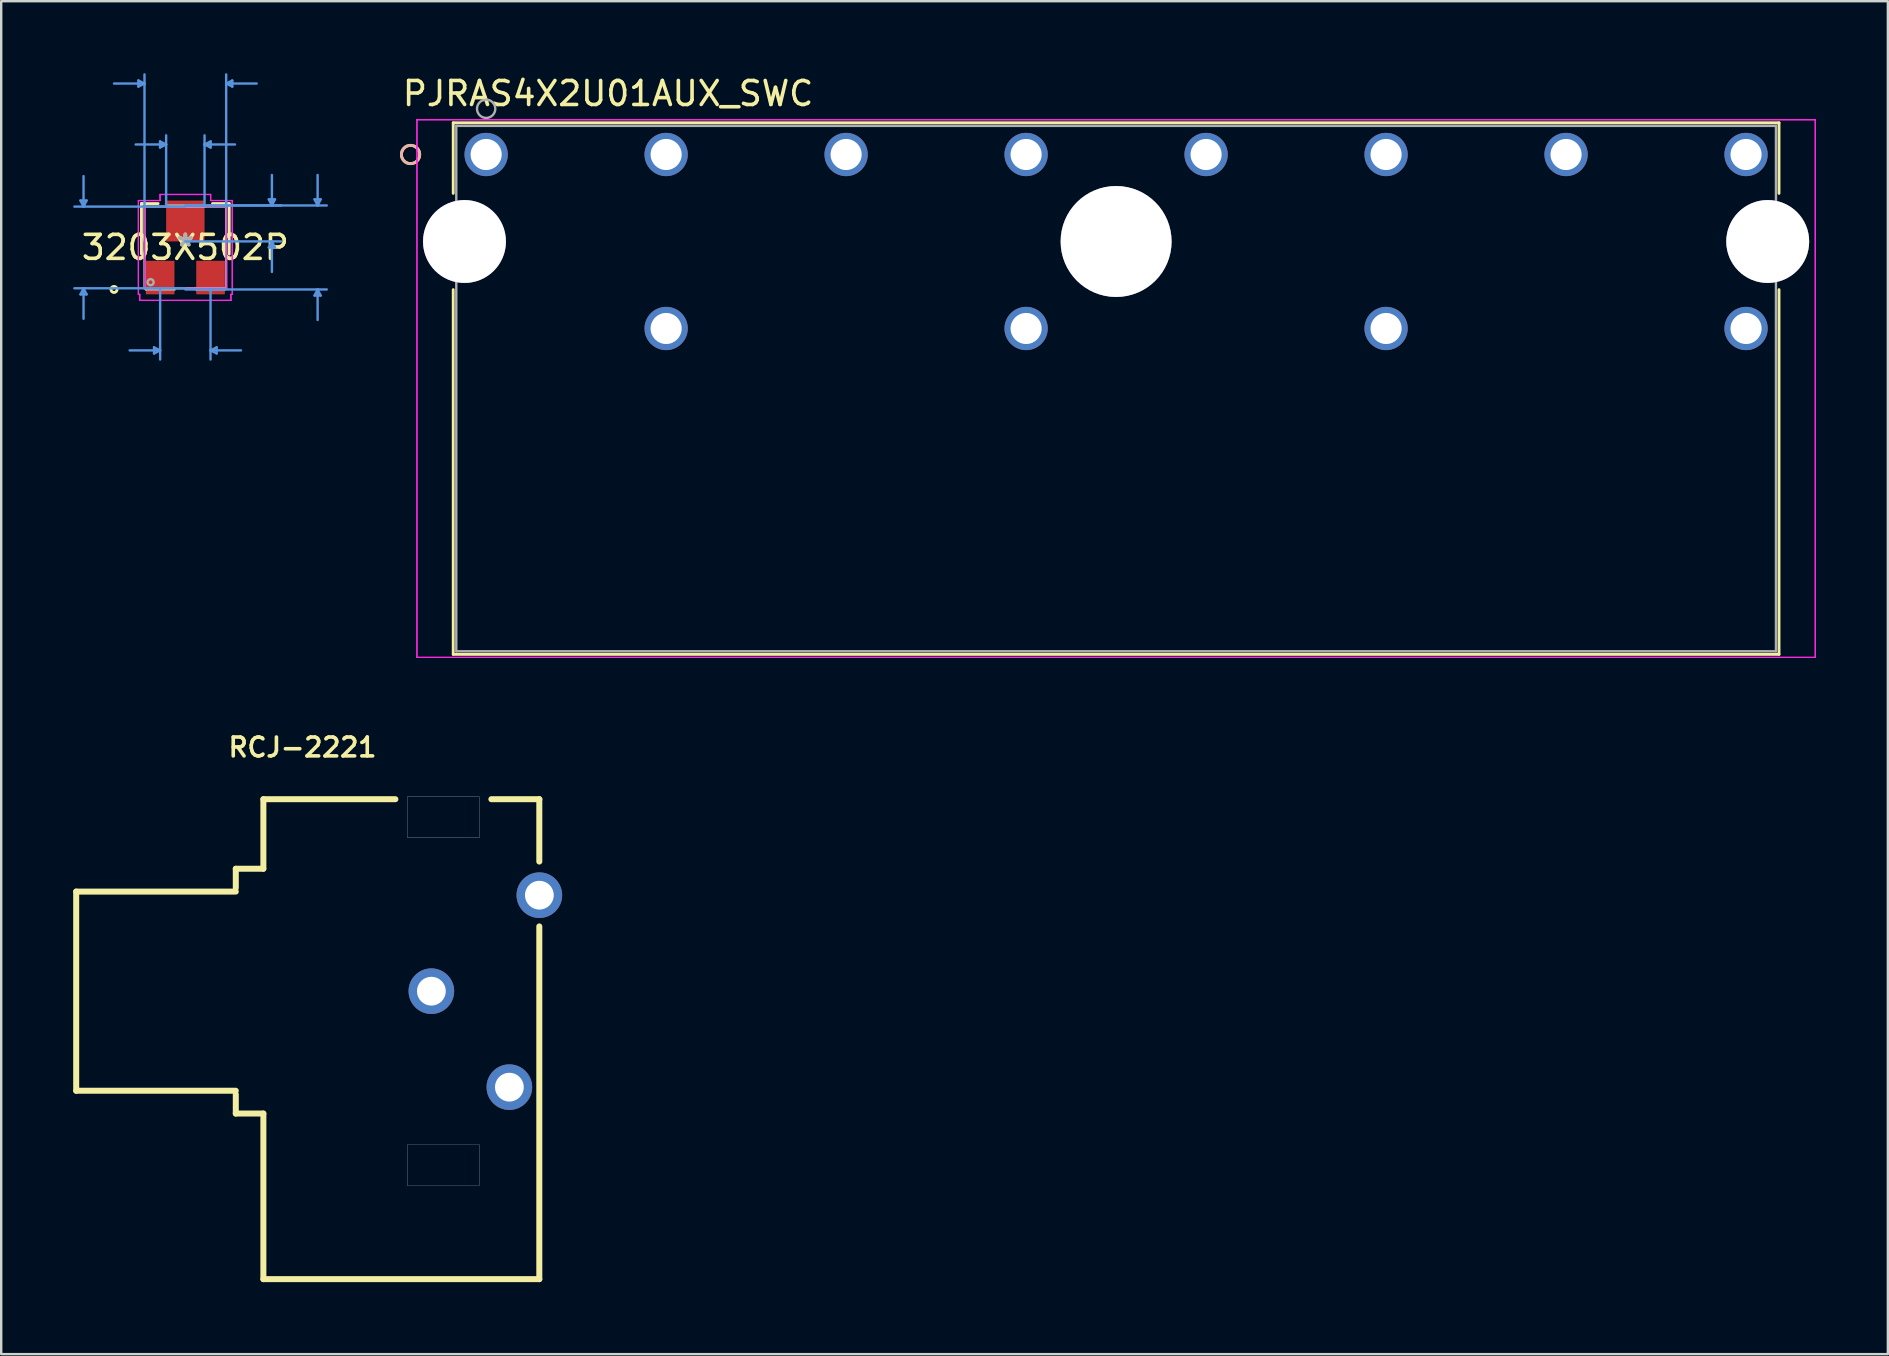
<source format=kicad_pcb>
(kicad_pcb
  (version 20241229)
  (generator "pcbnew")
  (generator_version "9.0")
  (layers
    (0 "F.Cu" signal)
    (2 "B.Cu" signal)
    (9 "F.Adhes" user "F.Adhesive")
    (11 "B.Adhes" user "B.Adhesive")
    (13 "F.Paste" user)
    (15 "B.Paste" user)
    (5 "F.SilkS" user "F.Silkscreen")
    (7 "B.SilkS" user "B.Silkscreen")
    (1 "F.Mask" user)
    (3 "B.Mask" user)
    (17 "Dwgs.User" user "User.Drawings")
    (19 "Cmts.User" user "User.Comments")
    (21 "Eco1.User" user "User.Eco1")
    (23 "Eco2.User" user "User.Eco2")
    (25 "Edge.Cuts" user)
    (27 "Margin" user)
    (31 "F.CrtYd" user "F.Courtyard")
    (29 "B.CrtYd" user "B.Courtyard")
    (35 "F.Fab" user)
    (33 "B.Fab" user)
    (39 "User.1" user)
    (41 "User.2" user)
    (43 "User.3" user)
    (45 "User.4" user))
  (footprint "3203X502P"
    (layer "F.Cu")
    (at 4.673 7.261)
    (property "Reference" "3203X502P" (at 0 0 0) (layer "F.SilkS") (effects (font (size 1 1) (thickness 0.15))))
    (attr through_hole)
    (fp_line (start -1.829 -1.829) (end -1.829 0.278) (stroke (width 0.12) (type solid)) (layer "F.SilkS"))
    (fp_line (start -1.133 -1.829) (end -1.829 -1.829) (stroke (width 0.12) (type solid)) (layer "F.SilkS"))
    (fp_line (start 1.829 -1.829) (end 1.133 -1.829) (stroke (width 0.12) (type solid)) (layer "F.SilkS"))
    (fp_line (start 1.829 0.278) (end 1.829 -1.829) (stroke (width 0.12) (type solid)) (layer "F.SilkS"))
    (fp_circle (center -2.972 1.75) (end -2.845 1.75) (stroke (width 0.12) (type solid)) (fill no) (layer "F.SilkS"))
    (fp_line (start -4.369 -1.956) (end -4.115 -1.956) (stroke (width 0.1) (type solid)) (layer "Cmts.User"))
    (fp_line (start -4.369 1.956) (end -4.115 1.956) (stroke (width 0.1) (type solid)) (layer "Cmts.User"))
    (fp_line (start -4.242 -1.702) (end -4.369 -1.956) (stroke (width 0.1) (type solid)) (layer "Cmts.User"))
    (fp_line (start -4.242 -1.702) (end -4.242 -2.972) (stroke (width 0.1) (type solid)) (layer "Cmts.User"))
    (fp_line (start -4.242 -1.702) (end -4.115 -1.956) (stroke (width 0.1) (type solid)) (layer "Cmts.User"))
    (fp_line (start -4.242 1.702) (end -4.369 1.956) (stroke (width 0.1) (type solid)) (layer "Cmts.User"))
    (fp_line (start -4.242 1.702) (end -4.242 2.972) (stroke (width 0.1) (type solid)) (layer "Cmts.User"))
    (fp_line (start -4.242 1.702) (end -4.115 1.956) (stroke (width 0.1) (type solid)) (layer "Cmts.User"))
    (fp_line (start -1.956 -6.957) (end -1.956 -6.703) (stroke (width 0.1) (type solid)) (layer "Cmts.User"))
    (fp_line (start -1.702 -6.83) (end -2.972 -6.83) (stroke (width 0.1) (type solid)) (layer "Cmts.User"))
    (fp_line (start -1.702 -6.83) (end -1.956 -6.957) (stroke (width 0.1) (type solid)) (layer "Cmts.User"))
    (fp_line (start -1.702 -6.83) (end -1.956 -6.703) (stroke (width 0.1) (type solid)) (layer "Cmts.User"))
    (fp_line (start -1.702 -1.702) (end -1.702 -7.211) (stroke (width 0.1) (type solid)) (layer "Cmts.User"))
    (fp_line (start -1.304 4.163) (end -1.304 4.417) (stroke (width 0.1) (type solid)) (layer "Cmts.User"))
    (fp_line (start -1.054 -4.417) (end -1.054 -4.163) (stroke (width 0.1) (type solid)) (layer "Cmts.User"))
    (fp_line (start -1.05 1.75) (end -1.05 4.671) (stroke (width 0.1) (type solid)) (layer "Cmts.User"))
    (fp_line (start -1.05 4.29) (end -2.32 4.29) (stroke (width 0.1) (type solid)) (layer "Cmts.User"))
    (fp_line (start -1.05 4.29) (end -1.304 4.163) (stroke (width 0.1) (type solid)) (layer "Cmts.User"))
    (fp_line (start -1.05 4.29) (end -1.304 4.417) (stroke (width 0.1) (type solid)) (layer "Cmts.User"))
    (fp_line (start -0.8 -4.29) (end -2.07 -4.29) (stroke (width 0.1) (type solid)) (layer "Cmts.User"))
    (fp_line (start -0.8 -4.29) (end -1.054 -4.417) (stroke (width 0.1) (type solid)) (layer "Cmts.User"))
    (fp_line (start -0.8 -4.29) (end -1.054 -4.163) (stroke (width 0.1) (type solid)) (layer "Cmts.User"))
    (fp_line (start -0.8 -1.75) (end -0.8 -4.671) (stroke (width 0.1) (type solid)) (layer "Cmts.User"))
    (fp_line (start 0 -1.75) (end 3.988 -1.75) (stroke (width 0.1) (type solid)) (layer "Cmts.User"))
    (fp_line (start 0 -1.75) (end 5.893 -1.75) (stroke (width 0.1) (type solid)) (layer "Cmts.User"))
    (fp_line (start 0 -1.702) (end -4.623 -1.702) (stroke (width 0.1) (type solid)) (layer "Cmts.User"))
    (fp_line (start 0 -0.251) (end 3.988 -0.251) (stroke (width 0.1) (type solid)) (layer "Cmts.User"))
    (fp_line (start 0 1.702) (end -4.623 1.702) (stroke (width 0.1) (type solid)) (layer "Cmts.User"))
    (fp_line (start 0 1.75) (end 5.893 1.75) (stroke (width 0.1) (type solid)) (layer "Cmts.User"))
    (fp_line (start 0.8 -4.29) (end 1.054 -4.417) (stroke (width 0.1) (type solid)) (layer "Cmts.User"))
    (fp_line (start 0.8 -4.29) (end 1.054 -4.163) (stroke (width 0.1) (type solid)) (layer "Cmts.User"))
    (fp_line (start 0.8 -4.29) (end 2.07 -4.29) (stroke (width 0.1) (type solid)) (layer "Cmts.User"))
    (fp_line (start 0.8 -1.75) (end 0.8 -4.671) (stroke (width 0.1) (type solid)) (layer "Cmts.User"))
    (fp_line (start 1.05 1.75) (end 1.05 4.671) (stroke (width 0.1) (type solid)) (layer "Cmts.User"))
    (fp_line (start 1.05 4.29) (end 1.304 4.163) (stroke (width 0.1) (type solid)) (layer "Cmts.User"))
    (fp_line (start 1.05 4.29) (end 1.304 4.417) (stroke (width 0.1) (type solid)) (layer "Cmts.User"))
    (fp_line (start 1.05 4.29) (end 2.32 4.29) (stroke (width 0.1) (type solid)) (layer "Cmts.User"))
    (fp_line (start 1.054 -4.417) (end 1.054 -4.163) (stroke (width 0.1) (type solid)) (layer "Cmts.User"))
    (fp_line (start 1.304 4.163) (end 1.304 4.417) (stroke (width 0.1) (type solid)) (layer "Cmts.User"))
    (fp_line (start 1.702 -6.83) (end 1.956 -6.957) (stroke (width 0.1) (type solid)) (layer "Cmts.User"))
    (fp_line (start 1.702 -6.83) (end 1.956 -6.703) (stroke (width 0.1) (type solid)) (layer "Cmts.User"))
    (fp_line (start 1.702 -6.83) (end 2.972 -6.83) (stroke (width 0.1) (type solid)) (layer "Cmts.User"))
    (fp_line (start 1.702 -1.702) (end 1.702 -7.211) (stroke (width 0.1) (type solid)) (layer "Cmts.User"))
    (fp_line (start 1.956 -6.957) (end 1.956 -6.703) (stroke (width 0.1) (type solid)) (layer "Cmts.User"))
    (fp_line (start 3.48 -2.004) (end 3.734 -2.004) (stroke (width 0.1) (type solid)) (layer "Cmts.User"))
    (fp_line (start 3.48 0.003) (end 3.734 0.003) (stroke (width 0.1) (type solid)) (layer "Cmts.User"))
    (fp_line (start 3.607 -1.75) (end 3.48 -2.004) (stroke (width 0.1) (type solid)) (layer "Cmts.User"))
    (fp_line (start 3.607 -1.75) (end 3.607 -3.02) (stroke (width 0.1) (type solid)) (layer "Cmts.User"))
    (fp_line (start 3.607 -1.75) (end 3.734 -2.004) (stroke (width 0.1) (type solid)) (layer "Cmts.User"))
    (fp_line (start 3.607 -0.251) (end 3.48 0.003) (stroke (width 0.1) (type solid)) (layer "Cmts.User"))
    (fp_line (start 3.607 -0.251) (end 3.607 1.019) (stroke (width 0.1) (type solid)) (layer "Cmts.User"))
    (fp_line (start 3.607 -0.251) (end 3.734 0.003) (stroke (width 0.1) (type solid)) (layer "Cmts.User"))
    (fp_line (start 5.385 -2.004) (end 5.639 -2.004) (stroke (width 0.1) (type solid)) (layer "Cmts.User"))
    (fp_line (start 5.385 2.004) (end 5.639 2.004) (stroke (width 0.1) (type solid)) (layer "Cmts.User"))
    (fp_line (start 5.512 -1.75) (end 5.385 -2.004) (stroke (width 0.1) (type solid)) (layer "Cmts.User"))
    (fp_line (start 5.512 -1.75) (end 5.512 -3.02) (stroke (width 0.1) (type solid)) (layer "Cmts.User"))
    (fp_line (start 5.512 -1.75) (end 5.639 -2.004) (stroke (width 0.1) (type solid)) (layer "Cmts.User"))
    (fp_line (start 5.512 1.75) (end 5.385 2.004) (stroke (width 0.1) (type solid)) (layer "Cmts.User"))
    (fp_line (start 5.512 1.75) (end 5.512 3.02) (stroke (width 0.1) (type solid)) (layer "Cmts.User"))
    (fp_line (start 5.512 1.75) (end 5.639 2.004) (stroke (width 0.1) (type solid)) (layer "Cmts.User"))
    (fp_line (start -1.956 -1.956) (end -1.054 -1.956) (stroke (width 0.05) (type solid)) (layer "F.CrtYd"))
    (fp_line (start -1.956 -1.956) (end -1.054 -1.956) (stroke (width 0.05) (type solid)) (layer "F.CrtYd"))
    (fp_line (start -1.956 1.956) (end -1.956 -1.956) (stroke (width 0.05) (type solid)) (layer "F.CrtYd"))
    (fp_line (start -1.956 1.956) (end -1.956 -1.956) (stroke (width 0.05) (type solid)) (layer "F.CrtYd"))
    (fp_line (start -1.956 1.956) (end -1.901 1.956) (stroke (width 0.05) (type solid)) (layer "F.CrtYd"))
    (fp_line (start -1.901 1.956) (end -1.956 1.956) (stroke (width 0.05) (type solid)) (layer "F.CrtYd"))
    (fp_line (start -1.901 1.956) (end -1.901 2.207) (stroke (width 0.05) (type solid)) (layer "F.CrtYd"))
    (fp_line (start -1.901 2.207) (end -1.901 1.956) (stroke (width 0.05) (type solid)) (layer "F.CrtYd"))
    (fp_line (start -1.901 2.207) (end 1.901 2.207) (stroke (width 0.05) (type solid)) (layer "F.CrtYd"))
    (fp_line (start -1.702 -1.702) (end 1.702 -1.702) (stroke (width 0.05) (type solid)) (layer "F.CrtYd"))
    (fp_line (start -1.702 1.702) (end -1.702 -1.702) (stroke (width 0.05) (type solid)) (layer "F.CrtYd"))
    (fp_line (start -1.054 -2.207) (end 1.054 -2.207) (stroke (width 0.05) (type solid)) (layer "F.CrtYd"))
    (fp_line (start -1.054 -2.207) (end 1.054 -2.207) (stroke (width 0.05) (type solid)) (layer "F.CrtYd"))
    (fp_line (start -1.054 -1.956) (end -1.054 -2.207) (stroke (width 0.05) (type solid)) (layer "F.CrtYd"))
    (fp_line (start -1.054 -1.956) (end -1.054 -2.207) (stroke (width 0.05) (type solid)) (layer "F.CrtYd"))
    (fp_line (start 1.054 -2.207) (end 1.054 -1.956) (stroke (width 0.05) (type solid)) (layer "F.CrtYd"))
    (fp_line (start 1.054 -1.956) (end 1.054 -2.207) (stroke (width 0.05) (type solid)) (layer "F.CrtYd"))
    (fp_line (start 1.054 -1.956) (end 1.956 -1.956) (stroke (width 0.05) (type solid)) (layer "F.CrtYd"))
    (fp_line (start 1.702 -1.702) (end 1.702 1.702) (stroke (width 0.05) (type solid)) (layer "F.CrtYd"))
    (fp_line (start 1.702 1.702) (end -1.702 1.702) (stroke (width 0.05) (type solid)) (layer "F.CrtYd"))
    (fp_line (start 1.901 1.956) (end 1.901 2.207) (stroke (width 0.05) (type solid)) (layer "F.CrtYd"))
    (fp_line (start 1.901 1.956) (end 1.901 2.207) (stroke (width 0.05) (type solid)) (layer "F.CrtYd"))
    (fp_line (start 1.901 2.207) (end -1.901 2.207) (stroke (width 0.05) (type solid)) (layer "F.CrtYd"))
    (fp_line (start 1.956 -1.956) (end 1.054 -1.956) (stroke (width 0.05) (type solid)) (layer "F.CrtYd"))
    (fp_line (start 1.956 -1.956) (end 1.956 1.956) (stroke (width 0.05) (type solid)) (layer "F.CrtYd"))
    (fp_line (start 1.956 -1.956) (end 1.956 1.956) (stroke (width 0.05) (type solid)) (layer "F.CrtYd"))
    (fp_line (start 1.956 1.956) (end 1.901 1.956) (stroke (width 0.05) (type solid)) (layer "F.CrtYd"))
    (fp_line (start 1.956 1.956) (end 1.901 1.956) (stroke (width 0.05) (type solid)) (layer "F.CrtYd"))
    (fp_line (start -1.702 -1.702) (end -1.702 1.702) (stroke (width 0.1) (type solid)) (layer "F.Fab"))
    (fp_line (start -1.702 1.702) (end 1.702 1.702) (stroke (width 0.1) (type solid)) (layer "F.Fab"))
    (fp_line (start -1.647 1.702) (end -1.647 1.75) (stroke (width 0.1) (type solid)) (layer "F.Fab"))
    (fp_line (start -1.647 1.75) (end -0.453 1.75) (stroke (width 0.1) (type solid)) (layer "F.Fab"))
    (fp_line (start -0.8 -1.75) (end -0.8 -1.702) (stroke (width 0.1) (type solid)) (layer "F.Fab"))
    (fp_line (start -0.8 -1.702) (end 0.8 -1.702) (stroke (width 0.1) (type solid)) (layer "F.Fab"))
    (fp_line (start -0.453 1.702) (end -1.647 1.702) (stroke (width 0.1) (type solid)) (layer "F.Fab"))
    (fp_line (start -0.453 1.75) (end -0.453 1.702) (stroke (width 0.1) (type solid)) (layer "F.Fab"))
    (fp_line (start 0.453 1.702) (end 0.453 1.75) (stroke (width 0.1) (type solid)) (layer "F.Fab"))
    (fp_line (start 0.453 1.75) (end 1.647 1.75) (stroke (width 0.1) (type solid)) (layer "F.Fab"))
    (fp_line (start 0.8 -1.75) (end -0.8 -1.75) (stroke (width 0.1) (type solid)) (layer "F.Fab"))
    (fp_line (start 0.8 -1.702) (end 0.8 -1.75) (stroke (width 0.1) (type solid)) (layer "F.Fab"))
    (fp_line (start 1.647 1.702) (end 0.453 1.702) (stroke (width 0.1) (type solid)) (layer "F.Fab"))
    (fp_line (start 1.647 1.75) (end 1.647 1.702) (stroke (width 0.1) (type solid)) (layer "F.Fab"))
    (fp_line (start 1.702 -1.702) (end -1.702 -1.702) (stroke (width 0.1) (type solid)) (layer "F.Fab"))
    (fp_line (start 1.702 1.702) (end 1.702 -1.702) (stroke (width 0.1) (type solid)) (layer "F.Fab"))
    (fp_circle (center -1.448 1.448) (end -1.321 1.448) (stroke (width 0.1) (type solid)) (fill no) (layer "F.Fab"))
    (fp_text user "*" (at 0 0 0) (layer "F.SilkS") (effects (font (size 1 1) (thickness 0.15))))
    (fp_text user "Copyright 2021 Accelerated Designs. All rights reserved." (at 0 0 0) (layer "Cmts.User") (effects (font (size 0.127 0.127) (thickness 0.002))))
    (fp_text user "*" (at 0 0 0) (layer "F.Fab") (effects (font (size 1 1) (thickness 0.15))))
    (pad "1" smd rect (at -1.05 1.255) (size 1.194 1.397) (layers "F.Cu" "F.Mask" "F.Paste"))
    (pad "2" smd rect (at 1.05 1.255) (size 1.194 1.397) (layers "F.Cu" "F.Mask" "F.Paste"))
    (pad "3" smd rect (at 0 -1.102) (size 1.6 1.702) (layers "F.Cu" "F.Mask" "F.Paste")))
  (footprint "RCJ-2221"
    (layer "F.Cu")
    (at 17.175 38.252)
    (property "Reference" "RCJ-2221" (at -7.62 -10.16 0) (layer "F.SilkS") (effects (font (size 0.787 0.787) (thickness 0.15))))
    (attr through_hole)
    (fp_line (start -17.05 -4.15) (end -17.05 4.149) (stroke (width 0.25) (type solid)) (layer "F.SilkS"))
    (fp_line (start -17.05 4.149) (end -10.4 4.149) (stroke (width 0.25) (type solid)) (layer "F.SilkS"))
    (fp_line (start -10.4 -5.101) (end -10.4 -4.301) (stroke (width 0.25) (type solid)) (layer "F.SilkS"))
    (fp_line (start -10.4 -4.15) (end -17.05 -4.15) (stroke (width 0.25) (type solid)) (layer "F.SilkS"))
    (fp_line (start -10.4 5.1) (end -10.4 4.3) (stroke (width 0.25) (type solid)) (layer "F.SilkS"))
    (fp_line (start -9.252 -5.101) (end -10.4 -5.101) (stroke (width 0.25) (type solid)) (layer "F.SilkS"))
    (fp_line (start -9.252 5.1) (end -10.4 5.1) (stroke (width 0.25) (type solid)) (layer "F.SilkS"))
    (fp_line (start -9.25 -7.999) (end -9.25 -5.101) (stroke (width 0.25) (type solid)) (layer "F.SilkS"))
    (fp_line (start -9.25 12) (end -9.25 5.1) (stroke (width 0.25) (type solid)) (layer "F.SilkS"))
    (fp_line (start -3.75 -7.999) (end -9.25 -7.999) (stroke (width 0.25) (type solid)) (layer "F.SilkS"))
    (fp_line (start 0.25 -7.999) (end 2.25 -7.999) (stroke (width 0.25) (type solid)) (layer "F.SilkS"))
    (fp_line (start 2.248 -7.999) (end 2.248 -5.401) (stroke (width 0.25) (type solid)) (layer "F.SilkS"))
    (fp_line (start 2.248 -2.699) (end 2.248 12) (stroke (width 0.25) (type solid)) (layer "F.SilkS"))
    (fp_line (start 2.248 12) (end -9.25 12) (stroke (width 0.25) (type solid)) (layer "F.SilkS"))
    (fp_line (start -3.25 -8.1) (end -0.251 -8.1) (stroke (width 0.01) (type solid)) (layer "Edge.Cuts"))
    (fp_line (start -3.25 -6.4) (end -3.25 -8.1) (stroke (width 0.01) (type solid)) (layer "Edge.Cuts"))
    (fp_line (start -3.25 6.4) (end -3.25 8.101) (stroke (width 0.01) (type solid)) (layer "Edge.Cuts"))
    (fp_line (start -3.25 8.101) (end -0.251 8.101) (stroke (width 0.01) (type solid)) (layer "Edge.Cuts"))
    (fp_line (start -0.251 -8.1) (end -0.251 -6.4) (stroke (width 0.01) (type solid)) (layer "Edge.Cuts"))
    (fp_line (start -0.251 -6.4) (end -3.25 -6.4) (stroke (width 0.01) (type solid)) (layer "Edge.Cuts"))
    (fp_line (start -0.251 6.4) (end -3.25 6.4) (stroke (width 0.01) (type solid)) (layer "Edge.Cuts"))
    (fp_line (start -0.251 8.101) (end -0.251 6.4) (stroke (width 0.01) (type solid)) (layer "Edge.Cuts"))
    (pad "1" thru_hole circle (at -2.25 0) (size 1.9 1.9) (drill 1.2) (layers "*.Cu" "*.Mask"))
    (pad "2" thru_hole circle (at 1 4) (size 1.9 1.9) (drill 1.2) (layers "*.Cu" "*.Mask"))
    (pad "3" thru_hole circle (at 2.25 -4) (size 1.9 1.9) (drill 1.2) (layers "*.Cu" "*.Mask")))
  (footprint "PJRAS4X2U01AUX_SWC"
    (layer "F.Cu")
    (at 17.208 3.388)
    (property "Reference" "PJRAS4X2U01AUX_SWC" (at 5.08 -2.54 0) (layer "F.SilkS") (effects (font (size 1 1) (thickness 0.15))))
    (attr through_hole)
    (fp_line (start -1.372 -1.321) (end -1.372 1.62) (stroke (width 0.12) (type solid)) (layer "F.SilkS"))
    (fp_line (start -1.372 5.631) (end -1.372 20.828) (stroke (width 0.12) (type solid)) (layer "F.SilkS"))
    (fp_line (start -1.372 20.828) (end 53.873 20.828) (stroke (width 0.12) (type solid)) (layer "F.SilkS"))
    (fp_line (start 53.873 -1.321) (end -1.372 -1.321) (stroke (width 0.12) (type solid)) (layer "F.SilkS"))
    (fp_line (start 53.873 1.62) (end 53.873 -1.321) (stroke (width 0.12) (type solid)) (layer "F.SilkS"))
    (fp_line (start 53.873 20.828) (end 53.873 5.631) (stroke (width 0.12) (type solid)) (layer "F.SilkS"))
    (fp_circle (center -3.15 0) (end -2.769 0) (stroke (width 0.12) (type solid)) (fill no) (layer "F.SilkS"))
    (fp_circle (center -3.15 0) (end -2.769 0) (stroke (width 0.12) (type solid)) (fill no) (layer "B.SilkS"))
    (fp_line (start -2.884 -1.448) (end -2.884 20.955) (stroke (width 0.05) (type solid)) (layer "F.CrtYd"))
    (fp_line (start -2.884 -1.448) (end -2.884 20.955) (stroke (width 0.05) (type solid)) (layer "F.CrtYd"))
    (fp_line (start -2.884 20.955) (end 55.384 20.955) (stroke (width 0.05) (type solid)) (layer "F.CrtYd"))
    (fp_line (start -2.884 20.955) (end 55.384 20.955) (stroke (width 0.05) (type solid)) (layer "F.CrtYd"))
    (fp_line (start 55.384 -1.448) (end -2.884 -1.448) (stroke (width 0.05) (type solid)) (layer "F.CrtYd"))
    (fp_line (start 55.384 -1.448) (end -2.884 -1.448) (stroke (width 0.05) (type solid)) (layer "F.CrtYd"))
    (fp_line (start 55.384 20.955) (end 55.384 -1.448) (stroke (width 0.05) (type solid)) (layer "F.CrtYd"))
    (fp_line (start 55.384 20.955) (end 55.384 -1.448) (stroke (width 0.05) (type solid)) (layer "F.CrtYd"))
    (fp_line (start -1.245 -1.194) (end -1.245 20.701) (stroke (width 0.1) (type solid)) (layer "F.Fab"))
    (fp_line (start -1.245 20.701) (end 53.746 20.701) (stroke (width 0.1) (type solid)) (layer "F.Fab"))
    (fp_line (start 53.746 -1.194) (end -1.245 -1.194) (stroke (width 0.1) (type solid)) (layer "F.Fab"))
    (fp_line (start 53.746 20.701) (end 53.746 -1.194) (stroke (width 0.1) (type solid)) (layer "F.Fab"))
    (fp_circle (center 0 -1.905) (end 0.381 -1.905) (stroke (width 0.1) (type solid)) (fill no) (layer "F.Fab"))
    (fp_text user "*" (at 0 0 0) (layer "F.SilkS") (effects (font (size 1 1) (thickness 0.15))))
    (fp_text user "*" (at 0 0 0) (layer "F.Fab") (effects (font (size 1 1) (thickness 0.15))))
    (pad "1" thru_hole circle (at 0.000009 0) (size 1.803 1.803) (drill 1.295) (layers "*.Cu" "*.Mask"))
    (pad "2" thru_hole circle (at 7.5 0) (size 1.803 1.803) (drill 1.295) (layers "*.Cu" "*.Mask"))
    (pad "3" thru_hole circle (at 7.5 7.25) (size 1.803 1.803) (drill 1.295) (layers "*.Cu" "*.Mask"))
    (pad "4" thru_hole circle (at 15 0) (size 1.803 1.803) (drill 1.295) (layers "*.Cu" "*.Mask"))
    (pad "5" thru_hole circle (at 22.5 0) (size 1.803 1.803) (drill 1.295) (layers "*.Cu" "*.Mask"))
    (pad "6" thru_hole circle (at 22.5 7.25) (size 1.803 1.803) (drill 1.295) (layers "*.Cu" "*.Mask"))
    (pad "7" thru_hole circle (at 30 0) (size 1.803 1.803) (drill 1.295) (layers "*.Cu" "*.Mask"))
    (pad "8" thru_hole circle (at 37.5 0) (size 1.803 1.803) (drill 1.295) (layers "*.Cu" "*.Mask"))
    (pad "9" thru_hole circle (at 37.5 7.25) (size 1.803 1.803) (drill 1.295) (layers "*.Cu" "*.Mask"))
    (pad "10" thru_hole circle (at 45 0) (size 1.803 1.803) (drill 1.295) (layers "*.Cu" "*.Mask"))
    (pad "11" thru_hole circle (at 52.5 0) (size 1.803 1.803) (drill 1.295) (layers "*.Cu" "*.Mask"))
    (pad "12" thru_hole circle (at 52.5 7.25) (size 1.803 1.803) (drill 1.295) (layers "*.Cu" "*.Mask"))
    (pad "13" thru_hole circle (at -0.903 3.625) (size 3.454 3.454) (drill 3.454) (layers "*.Cu" "*.Mask"))
    (pad "14" thru_hole circle (at 53.403 3.625) (size 3.454 3.454) (drill 3.454) (layers "*.Cu" "*.Mask"))
    (pad "15" thru_hole circle (at 26.25 3.625) (size 4.623 4.623) (drill 4.623) (layers "*.Cu" "*.Mask")))
  (gr_rect
    (start -3 -3)
    (end 75.617 53.377)
    (stroke (width 0.1) (type default))
    (fill no)
    (layer "Edge.Cuts")))
</source>
